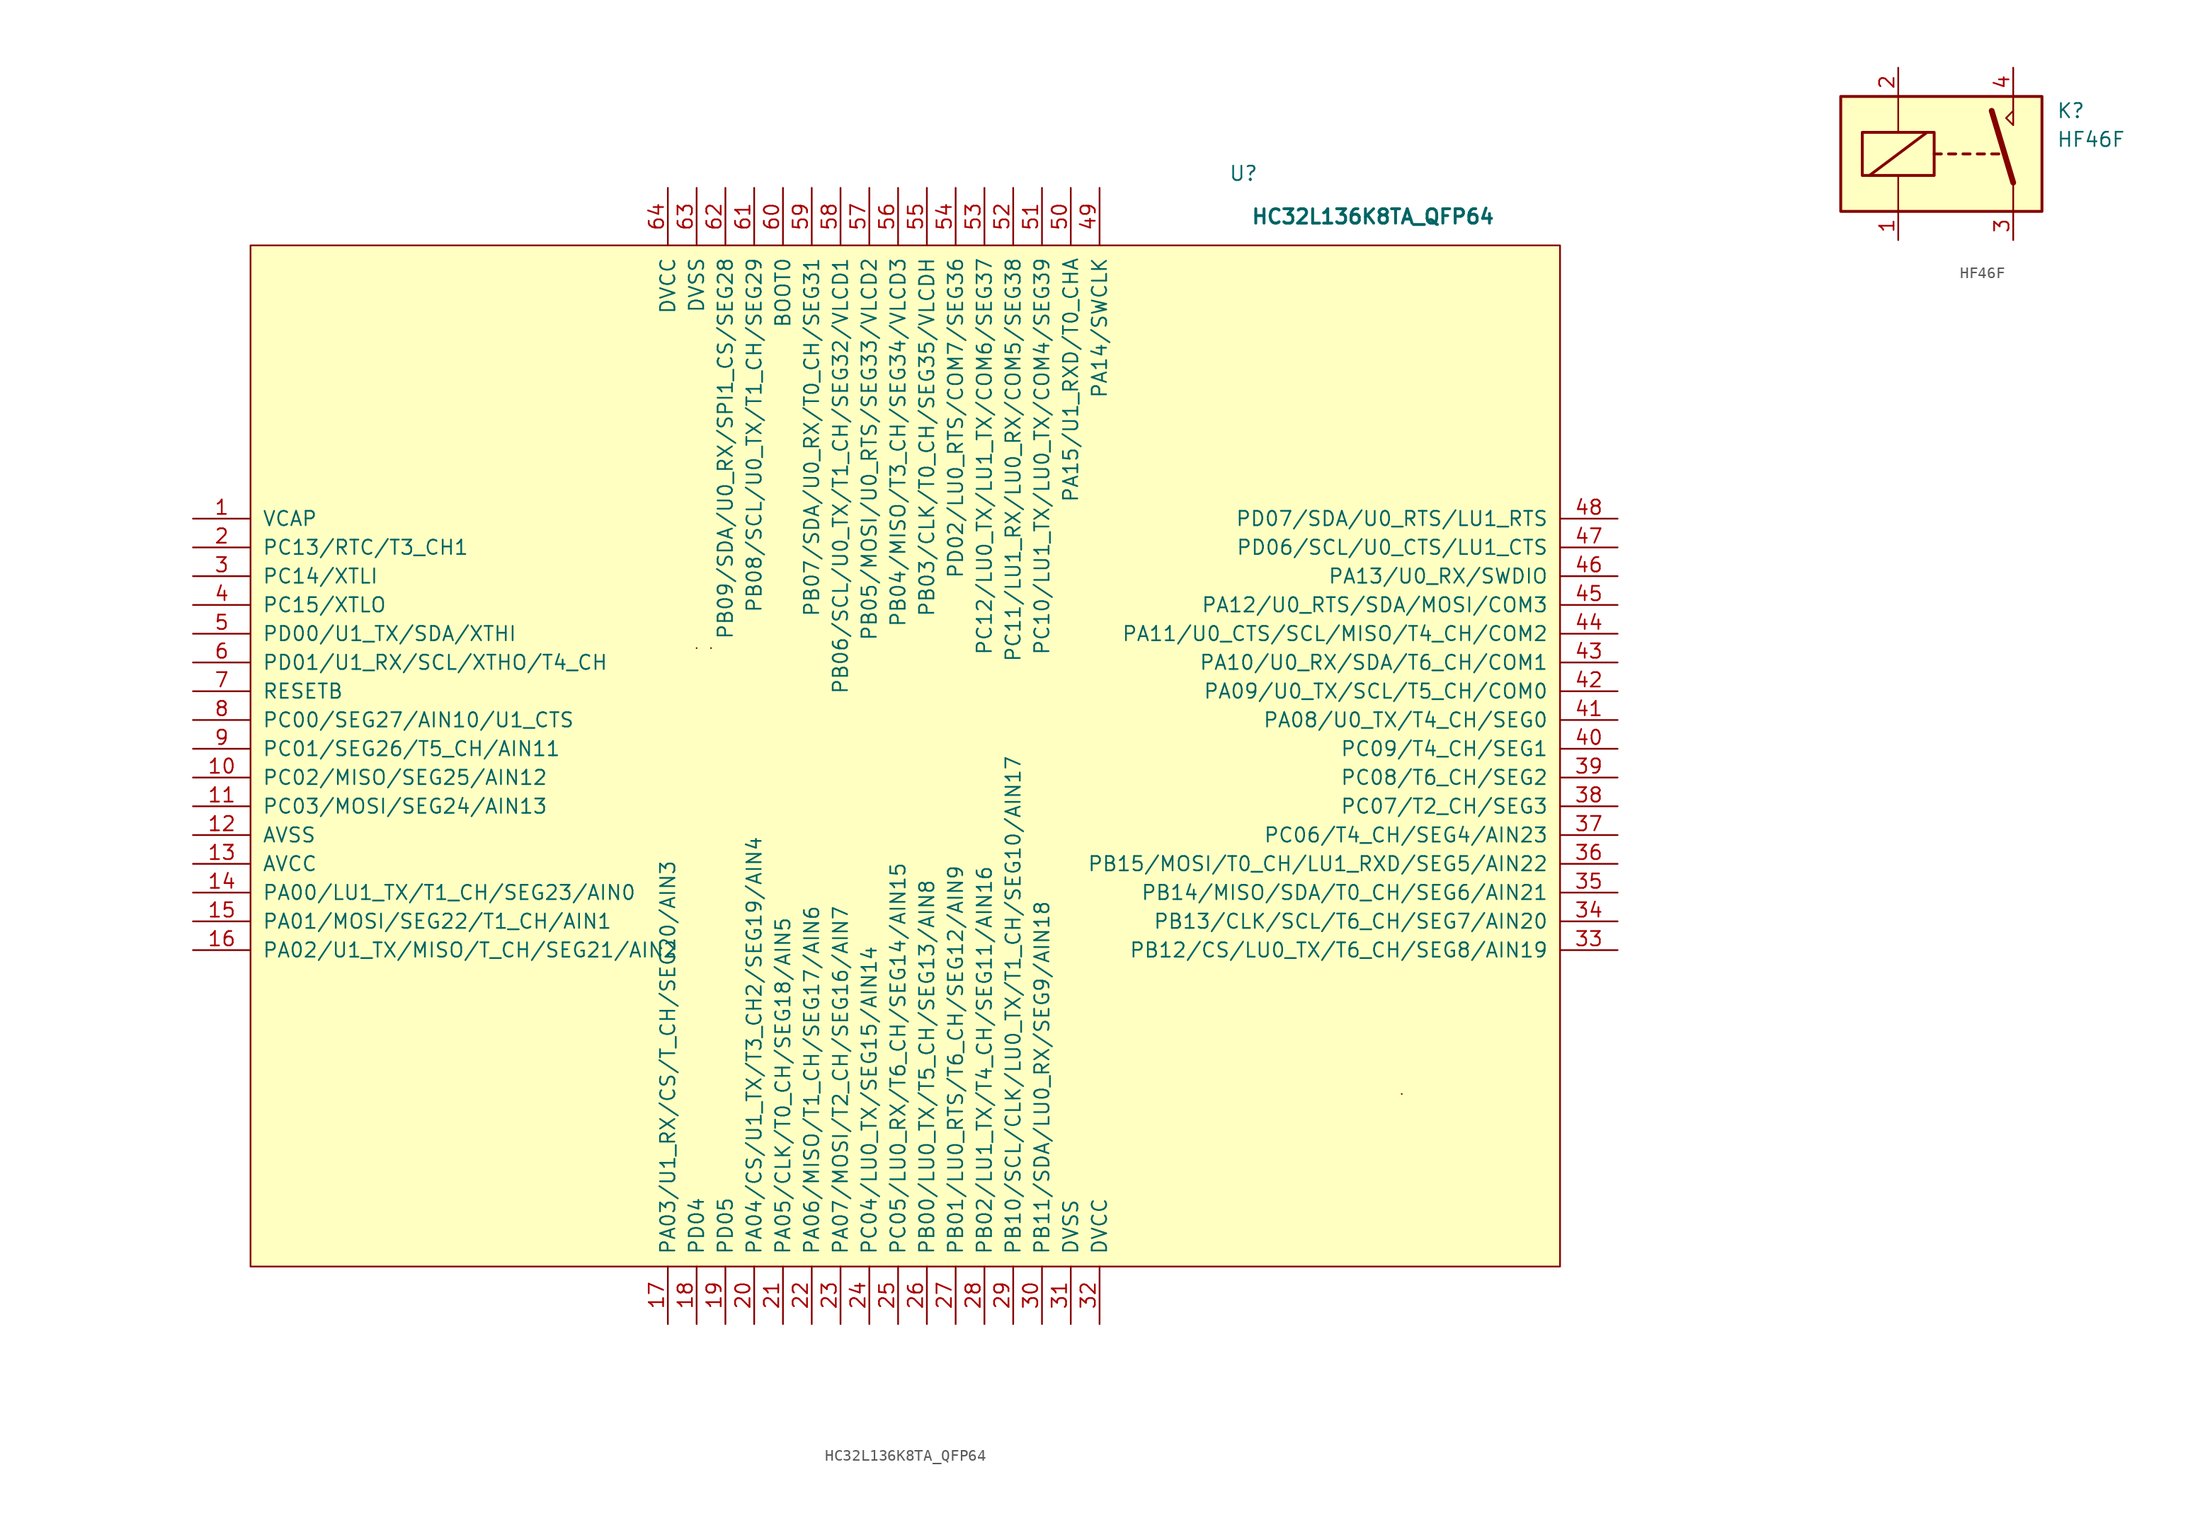
<source format=kicad_sym>
(kicad_symbol_lib
  (version 20211014)
  (generator kicad_symbol_editor)
  (symbol "HC32L136K8TA_QFP64"
    (pin_names
      (offset 1.016))
    (property "Reference" "U"
      (at 33.02 50.8 0)
      (effects (font (size 1.27 1.27))))
    (property "Value" "HC32L136K8TA_QFP64"
      (at 44.45 46.99 0)
      (effects (font (size 1.27 1.27) bold)))
    (symbol "HC32L136K8TA_QFP64_0_1"
      (rectangle (start -54.61 44.45) (end 60.96 -45.72) (stroke (width 0) (type default) (color 0 0 0 0)) (fill (type background)))
      (rectangle (start -15.24 8.89) (end -15.24 8.89) (stroke (width 0) (type default) (color 0 0 0 0)) (fill (type background)))
      (rectangle (start -13.97 8.89) (end -13.97 8.89) (stroke (width 0) (type default) (color 0 0 0 0)) (fill (type none)))
      (rectangle (start 46.99 -30.48) (end 46.99 -30.48) (stroke (width 0) (type default) (color 0 0 0 0)) (fill (type none))))
    (symbol "HC32L136K8TA_QFP64_1_1"
      (pin bidirectional line (at -59.69 20.32 0) (length 5.08) (name "VCAP" (effects (font (size 1.27 1.27)))) (number "1" (effects (font (size 1.27 1.27)))))
      (pin bidirectional line (at -59.69 -2.54 0) (length 5.08) (name "PC02/MISO/SEG25/AIN12" (effects (font (size 1.27 1.27)))) (number "10" (effects (font (size 1.27 1.27)))))
      (pin bidirectional line (at -59.69 -5.08 0) (length 5.08) (name "PC03/MOSI/SEG24/AIN13" (effects (font (size 1.27 1.27)))) (number "11" (effects (font (size 1.27 1.27)))))
      (pin power_in line (at -59.69 -7.62 0) (length 5.08) (name "AVSS" (effects (font (size 1.27 1.27)))) (number "12" (effects (font (size 1.27 1.27)))))
      (pin power_in line (at -59.69 -10.16 0) (length 5.08) (name "AVCC" (effects (font (size 1.27 1.27)))) (number "13" (effects (font (size 1.27 1.27)))))
      (pin bidirectional line (at -59.69 -12.7 0) (length 5.08) (name "PA00/LU1_TX/T1_CH/SEG23/AIN0" (effects (font (size 1.27 1.27)))) (number "14" (effects (font (size 1.27 1.27)))))
      (pin bidirectional line (at -59.69 -15.24 0) (length 5.08) (name "PA01/MOSI/SEG22/T1_CH/AIN1" (effects (font (size 1.27 1.27)))) (number "15" (effects (font (size 1.27 1.27)))))
      (pin bidirectional line (at -59.69 -17.78 0) (length 5.08) (name "PA02/U1_TX/MISO/T_CH/SEG21/AIN2" (effects (font (size 1.27 1.27)))) (number "16" (effects (font (size 1.27 1.27)))))
      (pin bidirectional line (at -17.78 -50.8 90) (length 5.08) (name "PA03/U1_RX/CS/T_CH/SEG20/AIN3" (effects (font (size 1.27 1.27)))) (number "17" (effects (font (size 1.27 1.27)))))
      (pin bidirectional line (at -15.24 -50.8 90) (length 5.08) (name "PD04" (effects (font (size 1.27 1.27)))) (number "18" (effects (font (size 1.27 1.27)))))
      (pin bidirectional line (at -12.7 -50.8 90) (length 5.08) (name "PD05" (effects (font (size 1.27 1.27)))) (number "19" (effects (font (size 1.27 1.27)))))
      (pin bidirectional line (at -59.69 17.78 0) (length 5.08) (name "PC13/RTC/T3_CH1" (effects (font (size 1.27 1.27)))) (number "2" (effects (font (size 1.27 1.27)))))
      (pin bidirectional line (at -10.16 -50.8 90) (length 5.08) (name "PA04/CS/U1_TX/T3_CH2/SEG19/AIN4" (effects (font (size 1.27 1.27)))) (number "20" (effects (font (size 1.27 1.27)))))
      (pin bidirectional line (at -7.62 -50.8 90) (length 5.08) (name "PA05/CLK/T0_CH/SEG18/AIN5" (effects (font (size 1.27 1.27)))) (number "21" (effects (font (size 1.27 1.27)))))
      (pin bidirectional line (at -5.08 -50.8 90) (length 5.08) (name "PA06/MISO/T1_CH/SEG17/AIN6" (effects (font (size 1.27 1.27)))) (number "22" (effects (font (size 1.27 1.27)))))
      (pin bidirectional line (at -2.54 -50.8 90) (length 5.08) (name "PA07/MOSI/T2_CH/SEG16/AIN7" (effects (font (size 1.27 1.27)))) (number "23" (effects (font (size 1.27 1.27)))))
      (pin bidirectional line (at 0 -50.8 90) (length 5.08) (name "PC04/LU0_TX/SEG15/AIN14" (effects (font (size 1.27 1.27)))) (number "24" (effects (font (size 1.27 1.27)))))
      (pin bidirectional line (at 2.54 -50.8 90) (length 5.08) (name "PC05/LU0_RX/T6_CH/SEG14/AIN15" (effects (font (size 1.27 1.27)))) (number "25" (effects (font (size 1.27 1.27)))))
      (pin bidirectional line (at 5.08 -50.8 90) (length 5.08) (name "PB00/LU0_TX/T5_CH/SEG13/AIN8" (effects (font (size 1.27 1.27)))) (number "26" (effects (font (size 1.27 1.27)))))
      (pin bidirectional line (at 7.62 -50.8 90) (length 5.08) (name "PB01/LU0_RTS/T6_CH/SEG12/AIN9" (effects (font (size 1.27 1.27)))) (number "27" (effects (font (size 1.27 1.27)))))
      (pin bidirectional line (at 10.16 -50.8 90) (length 5.08) (name "PB02/LU1_TX/T4_CH/SEG11/AIN16" (effects (font (size 1.27 1.27)))) (number "28" (effects (font (size 1.27 1.27)))))
      (pin bidirectional line (at 12.7 -50.8 90) (length 5.08) (name "PB10/SCL/CLK/LU0_TX/T1_CH/SEG10/AIN17" (effects (font (size 1.27 1.27)))) (number "29" (effects (font (size 1.27 1.27)))))
      (pin bidirectional line (at -59.69 15.24 0) (length 5.08) (name "PC14/XTLI" (effects (font (size 1.27 1.27)))) (number "3" (effects (font (size 1.27 1.27)))))
      (pin bidirectional line (at 15.24 -50.8 90) (length 5.08) (name "PB11/SDA/LU0_RX/SEG9/AIN18" (effects (font (size 1.27 1.27)))) (number "30" (effects (font (size 1.27 1.27)))))
      (pin power_in line (at 17.78 -50.8 90) (length 5.08) (name "DVSS" (effects (font (size 1.27 1.27)))) (number "31" (effects (font (size 1.27 1.27)))))
      (pin power_in line (at 20.32 -50.8 90) (length 5.08) (name "DVCC" (effects (font (size 1.27 1.27)))) (number "32" (effects (font (size 1.27 1.27)))))
      (pin bidirectional line (at 66.04 -17.78 180) (length 5.08) (name "PB12/CS/LU0_TX/T6_CH/SEG8/AIN19" (effects (font (size 1.27 1.27)))) (number "33" (effects (font (size 1.27 1.27)))))
      (pin bidirectional line (at 66.04 -15.24 180) (length 5.08) (name "PB13/CLK/SCL/T6_CH/SEG7/AIN20" (effects (font (size 1.27 1.27)))) (number "34" (effects (font (size 1.27 1.27)))))
      (pin bidirectional line (at 66.04 -12.7 180) (length 5.08) (name "PB14/MISO/SDA/T0_CH/SEG6/AIN21" (effects (font (size 1.27 1.27)))) (number "35" (effects (font (size 1.27 1.27)))))
      (pin bidirectional line (at 66.04 -10.16 180) (length 5.08) (name "PB15/MOSI/T0_CH/LU1_RXD/SEG5/AIN22" (effects (font (size 1.27 1.27)))) (number "36" (effects (font (size 1.27 1.27)))))
      (pin bidirectional line (at 66.04 -7.62 180) (length 5.08) (name "PC06/T4_CH/SEG4/AIN23" (effects (font (size 1.27 1.27)))) (number "37" (effects (font (size 1.27 1.27)))))
      (pin bidirectional line (at 66.04 -5.08 180) (length 5.08) (name "PC07/T2_CH/SEG3" (effects (font (size 1.27 1.27)))) (number "38" (effects (font (size 1.27 1.27)))))
      (pin bidirectional line (at 66.04 -2.54 180) (length 5.08) (name "PC08/T6_CH/SEG2" (effects (font (size 1.27 1.27)))) (number "39" (effects (font (size 1.27 1.27)))))
      (pin bidirectional line (at -59.69 12.7 0) (length 5.08) (name "PC15/XTLO" (effects (font (size 1.27 1.27)))) (number "4" (effects (font (size 1.27 1.27)))))
      (pin bidirectional line (at 66.04 0 180) (length 5.08) (name "PC09/T4_CH/SEG1" (effects (font (size 1.27 1.27)))) (number "40" (effects (font (size 1.27 1.27)))))
      (pin bidirectional line (at 66.04 2.54 180) (length 5.08) (name "PA08/U0_TX/T4_CH/SEG0" (effects (font (size 1.27 1.27)))) (number "41" (effects (font (size 1.27 1.27)))))
      (pin bidirectional line (at 66.04 5.08 180) (length 5.08) (name "PA09/U0_TX/SCL/T5_CH/COM0" (effects (font (size 1.27 1.27)))) (number "42" (effects (font (size 1.27 1.27)))))
      (pin bidirectional line (at 66.04 7.62 180) (length 5.08) (name "PA10/U0_RX/SDA/T6_CH/COM1" (effects (font (size 1.27 1.27)))) (number "43" (effects (font (size 1.27 1.27)))))
      (pin bidirectional line (at 66.04 10.16 180) (length 5.08) (name "PA11/U0_CTS/SCL/MISO/T4_CH/COM2" (effects (font (size 1.27 1.27)))) (number "44" (effects (font (size 1.27 1.27)))))
      (pin bidirectional line (at 66.04 12.7 180) (length 5.08) (name "PA12/U0_RTS/SDA/MOSI/COM3" (effects (font (size 1.27 1.27)))) (number "45" (effects (font (size 1.27 1.27)))))
      (pin bidirectional line (at 66.04 15.24 180) (length 5.08) (name "PA13/U0_RX/SWDIO" (effects (font (size 1.27 1.27)))) (number "46" (effects (font (size 1.27 1.27)))))
      (pin bidirectional line (at 66.04 17.78 180) (length 5.08) (name "PD06/SCL/U0_CTS/LU1_CTS" (effects (font (size 1.27 1.27)))) (number "47" (effects (font (size 1.27 1.27)))))
      (pin bidirectional line (at 66.04 20.32 180) (length 5.08) (name "PD07/SDA/U0_RTS/LU1_RTS" (effects (font (size 1.27 1.27)))) (number "48" (effects (font (size 1.27 1.27)))))
      (pin bidirectional line (at 20.32 49.53 270) (length 5.08) (name "PA14/SWCLK" (effects (font (size 1.27 1.27)))) (number "49" (effects (font (size 1.27 1.27)))))
      (pin bidirectional line (at -59.69 10.16 0) (length 5.08) (name "PD00/U1_TX/SDA/XTHI" (effects (font (size 1.27 1.27)))) (number "5" (effects (font (size 1.27 1.27)))))
      (pin bidirectional line (at 17.78 49.53 270) (length 5.08) (name "PA15/U1_RXD/T0_CHA" (effects (font (size 1.27 1.27)))) (number "50" (effects (font (size 1.27 1.27)))))
      (pin bidirectional line (at 15.24 49.53 270) (length 5.08) (name "PC10/LU1_TX/LU0_TX/COM4/SEG39" (effects (font (size 1.27 1.27)))) (number "51" (effects (font (size 1.27 1.27)))))
      (pin bidirectional line (at 12.7 49.53 270) (length 5.08) (name "PC11/LU1_RX/LU0_RX/COM5/SEG38" (effects (font (size 1.27 1.27)))) (number "52" (effects (font (size 1.27 1.27)))))
      (pin bidirectional line (at 10.16 49.53 270) (length 5.08) (name "PC12/LU0_TX/LU1_TX/COM6/SEG37" (effects (font (size 1.27 1.27)))) (number "53" (effects (font (size 1.27 1.27)))))
      (pin bidirectional line (at 7.62 49.53 270) (length 5.08) (name "PD02/LU0_RTS/COM7/SEG36" (effects (font (size 1.27 1.27)))) (number "54" (effects (font (size 1.27 1.27)))))
      (pin bidirectional line (at 5.08 49.53 270) (length 5.08) (name "PB03/CLK/T0_CH/SEG35/VLCDH" (effects (font (size 1.27 1.27)))) (number "55" (effects (font (size 1.27 1.27)))))
      (pin bidirectional line (at 2.54 49.53 270) (length 5.08) (name "PB04/MISO/T3_CH/SEG34/VLCD3" (effects (font (size 1.27 1.27)))) (number "56" (effects (font (size 1.27 1.27)))))
      (pin bidirectional line (at 0 49.53 270) (length 5.08) (name "PB05/MOSI/U0_RTS/SEG33/VLCD2" (effects (font (size 1.27 1.27)))) (number "57" (effects (font (size 1.27 1.27)))))
      (pin bidirectional line (at -2.54 49.53 270) (length 5.08) (name "PB06/SCL/U0_TX/T1_CH/SEG32/VLCD1" (effects (font (size 1.27 1.27)))) (number "58" (effects (font (size 1.27 1.27)))))
      (pin bidirectional line (at -5.08 49.53 270) (length 5.08) (name "PB07/SDA/U0_RX/T0_CH/SEG31" (effects (font (size 1.27 1.27)))) (number "59" (effects (font (size 1.27 1.27)))))
      (pin bidirectional line (at -59.69 7.62 0) (length 5.08) (name "PD01/U1_RX/SCL/XTHO/T4_CH" (effects (font (size 1.27 1.27)))) (number "6" (effects (font (size 1.27 1.27)))))
      (pin bidirectional line (at -7.62 49.53 270) (length 5.08) (name "BOOT0" (effects (font (size 1.27 1.27)))) (number "60" (effects (font (size 1.27 1.27)))))
      (pin bidirectional line (at -10.16 49.53 270) (length 5.08) (name "PB08/SCL/U0_TX/T1_CH/SEG29" (effects (font (size 1.27 1.27)))) (number "61" (effects (font (size 1.27 1.27)))))
      (pin bidirectional line (at -12.7 49.53 270) (length 5.08) (name "PB09/SDA/U0_RX/SPI1_CS/SEG28" (effects (font (size 1.27 1.27)))) (number "62" (effects (font (size 1.27 1.27)))))
      (pin power_in line (at -15.24 49.53 270) (length 5.08) (name "DVSS" (effects (font (size 1.27 1.27)))) (number "63" (effects (font (size 1.27 1.27)))))
      (pin power_in line (at -17.78 49.53 270) (length 5.08) (name "DVCC" (effects (font (size 1.27 1.27)))) (number "64" (effects (font (size 1.27 1.27)))))
      (pin bidirectional line (at -59.69 5.08 0) (length 5.08) (name "RESETB" (effects (font (size 1.27 1.27)))) (number "7" (effects (font (size 1.27 1.27)))))
      (pin bidirectional line (at -59.69 2.54 0) (length 5.08) (name "PC00/SEG27/AIN10/U1_CTS" (effects (font (size 1.27 1.27)))) (number "8" (effects (font (size 1.27 1.27)))))
      (pin bidirectional line (at -59.69 0 0) (length 5.08) (name "PC01/SEG26/T5_CH/AIN11" (effects (font (size 1.27 1.27)))) (number "9" (effects (font (size 1.27 1.27)))))))
  (symbol "HF46F"
    (property "Reference" "K"
      (at 8.89 3.81 0)
      (effects (font (size 1.27 1.27)) (justify left)))
    (property "Value" "HF46F"
      (at 8.89 1.27 0)
      (effects (font (size 1.27 1.27)) (justify left)))
    (symbol "HF46F_0_0"
      (polyline (pts (xy 5.08 5.08) (xy 5.08 2.54) (xy 4.445 3.175) (xy 5.08 3.81)) (stroke (width 0) (type default) (color 0 0 0 0)) (fill (type none))))
    (symbol "HF46F_0_1"
      (rectangle (start -10.16 5.08) (end 7.62 -5.08) (stroke (width 0.254) (type default) (color 0 0 0 0)) (fill (type background)))
      (rectangle (start -8.255 1.905) (end -1.905 -1.905) (stroke (width 0.254) (type default) (color 0 0 0 0)) (fill (type none)))
      (polyline (pts (xy -7.62 -1.905) (xy -2.54 1.905)) (stroke (width 0.254) (type default) (color 0 0 0 0)) (fill (type none)))
      (polyline (pts (xy -5.08 -5.08) (xy -5.08 -1.905)) (stroke (width 0) (type default) (color 0 0 0 0)) (fill (type none)))
      (polyline (pts (xy -5.08 5.08) (xy -5.08 1.905)) (stroke (width 0) (type default) (color 0 0 0 0)) (fill (type none)))
      (polyline (pts (xy -1.905 0) (xy -1.27 0)) (stroke (width 0.254) (type default) (color 0 0 0 0)) (fill (type none)))
      (polyline (pts (xy -0.635 0) (xy 0 0)) (stroke (width 0.254) (type default) (color 0 0 0 0)) (fill (type none)))
      (polyline (pts (xy 0.635 0) (xy 1.27 0)) (stroke (width 0.254) (type default) (color 0 0 0 0)) (fill (type none)))
      (polyline (pts (xy 1.905 0) (xy 2.54 0)) (stroke (width 0.254) (type default) (color 0 0 0 0)) (fill (type none)))
      (polyline (pts (xy 3.175 0) (xy 3.81 0)) (stroke (width 0.254) (type default) (color 0 0 0 0)) (fill (type none)))
      (polyline (pts (xy 5.08 -2.54) (xy 3.175 3.81)) (stroke (width 0.508) (type default) (color 0 0 0 0)) (fill (type none)))
      (polyline (pts (xy 5.08 -2.54) (xy 5.08 -5.08)) (stroke (width 0) (type default) (color 0 0 0 0)) (fill (type none))))
    (symbol "HF46F_1_1"
      (pin passive line (at -5.08 -7.62 90) (length 2.54) (name "~" (effects (font (size 1.27 1.27)))) (number "1" (effects (font (size 1.27 1.27)))))
      (pin passive line (at -5.08 7.62 270) (length 2.54) (name "~" (effects (font (size 1.27 1.27)))) (number "2" (effects (font (size 1.27 1.27)))))
      (pin passive line (at 5.08 -7.62 90) (length 2.54) (name "~" (effects (font (size 1.27 1.27)))) (number "3" (effects (font (size 1.27 1.27)))))
      (pin passive line (at 5.08 7.62 270) (length 2.54) (name "~" (effects (font (size 1.27 1.27)))) (number "4" (effects (font (size 1.27 1.27))))))))
</source>
